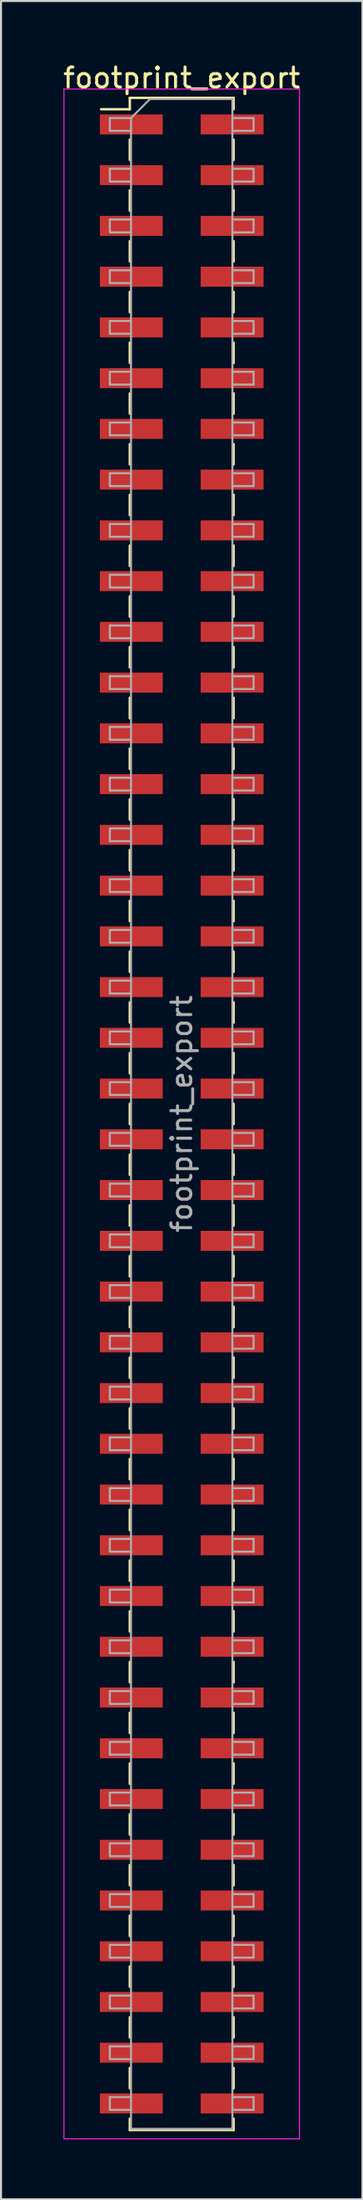
<source format=kicad_pcb>
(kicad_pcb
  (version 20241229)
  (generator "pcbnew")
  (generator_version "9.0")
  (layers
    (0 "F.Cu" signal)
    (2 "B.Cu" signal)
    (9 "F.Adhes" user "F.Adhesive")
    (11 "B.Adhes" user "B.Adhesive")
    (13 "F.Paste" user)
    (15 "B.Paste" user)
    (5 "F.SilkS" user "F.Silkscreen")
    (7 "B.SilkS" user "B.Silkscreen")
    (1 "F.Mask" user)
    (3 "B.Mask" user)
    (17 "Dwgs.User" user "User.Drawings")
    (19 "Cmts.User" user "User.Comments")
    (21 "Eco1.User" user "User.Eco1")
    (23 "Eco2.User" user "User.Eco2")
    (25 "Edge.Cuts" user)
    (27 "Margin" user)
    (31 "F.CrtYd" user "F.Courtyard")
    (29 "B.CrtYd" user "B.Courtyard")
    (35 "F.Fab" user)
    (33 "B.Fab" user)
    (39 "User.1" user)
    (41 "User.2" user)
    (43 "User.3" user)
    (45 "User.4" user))
  (footprint "footprint_export"
    (layer "F.Cu")
    (at 6.054 52.708)
    (property "Reference" "footprint_export" (at 0 -51.86 0) (layer "F.SilkS") (effects (font (size 1 1) (thickness 0.15))))
    (attr smd)
    (fp_line (start -4.04 -50.29) (end -2.6 -50.29) (stroke (width 0.12) (type solid)) (layer "F.SilkS"))
    (fp_line (start -2.6 -50.86) (end -2.6 -50.29) (stroke (width 0.12) (type solid)) (layer "F.SilkS"))
    (fp_line (start -2.6 -50.86) (end 2.6 -50.86) (stroke (width 0.12) (type solid)) (layer "F.SilkS"))
    (fp_line (start -2.6 -48.77) (end -2.6 -47.75) (stroke (width 0.12) (type solid)) (layer "F.SilkS"))
    (fp_line (start -2.6 -46.23) (end -2.6 -45.21) (stroke (width 0.12) (type solid)) (layer "F.SilkS"))
    (fp_line (start -2.6 -43.69) (end -2.6 -42.67) (stroke (width 0.12) (type solid)) (layer "F.SilkS"))
    (fp_line (start -2.6 -41.15) (end -2.6 -40.13) (stroke (width 0.12) (type solid)) (layer "F.SilkS"))
    (fp_line (start -2.6 -38.61) (end -2.6 -37.59) (stroke (width 0.12) (type solid)) (layer "F.SilkS"))
    (fp_line (start -2.6 -36.07) (end -2.6 -35.05) (stroke (width 0.12) (type solid)) (layer "F.SilkS"))
    (fp_line (start -2.6 -33.53) (end -2.6 -32.51) (stroke (width 0.12) (type solid)) (layer "F.SilkS"))
    (fp_line (start -2.6 -30.99) (end -2.6 -29.97) (stroke (width 0.12) (type solid)) (layer "F.SilkS"))
    (fp_line (start -2.6 -28.45) (end -2.6 -27.43) (stroke (width 0.12) (type solid)) (layer "F.SilkS"))
    (fp_line (start -2.6 -25.91) (end -2.6 -24.89) (stroke (width 0.12) (type solid)) (layer "F.SilkS"))
    (fp_line (start -2.6 -23.37) (end -2.6 -22.35) (stroke (width 0.12) (type solid)) (layer "F.SilkS"))
    (fp_line (start -2.6 -20.83) (end -2.6 -19.81) (stroke (width 0.12) (type solid)) (layer "F.SilkS"))
    (fp_line (start -2.6 -18.29) (end -2.6 -17.27) (stroke (width 0.12) (type solid)) (layer "F.SilkS"))
    (fp_line (start -2.6 -15.75) (end -2.6 -14.73) (stroke (width 0.12) (type solid)) (layer "F.SilkS"))
    (fp_line (start -2.6 -13.21) (end -2.6 -12.19) (stroke (width 0.12) (type solid)) (layer "F.SilkS"))
    (fp_line (start -2.6 -10.67) (end -2.6 -9.65) (stroke (width 0.12) (type solid)) (layer "F.SilkS"))
    (fp_line (start -2.6 -8.13) (end -2.6 -7.11) (stroke (width 0.12) (type solid)) (layer "F.SilkS"))
    (fp_line (start -2.6 -5.59) (end -2.6 -4.57) (stroke (width 0.12) (type solid)) (layer "F.SilkS"))
    (fp_line (start -2.6 -3.05) (end -2.6 -2.03) (stroke (width 0.12) (type solid)) (layer "F.SilkS"))
    (fp_line (start -2.6 -0.51) (end -2.6 0.51) (stroke (width 0.12) (type solid)) (layer "F.SilkS"))
    (fp_line (start -2.6 2.03) (end -2.6 3.05) (stroke (width 0.12) (type solid)) (layer "F.SilkS"))
    (fp_line (start -2.6 4.57) (end -2.6 5.59) (stroke (width 0.12) (type solid)) (layer "F.SilkS"))
    (fp_line (start -2.6 7.11) (end -2.6 8.13) (stroke (width 0.12) (type solid)) (layer "F.SilkS"))
    (fp_line (start -2.6 9.65) (end -2.6 10.67) (stroke (width 0.12) (type solid)) (layer "F.SilkS"))
    (fp_line (start -2.6 12.19) (end -2.6 13.21) (stroke (width 0.12) (type solid)) (layer "F.SilkS"))
    (fp_line (start -2.6 14.73) (end -2.6 15.75) (stroke (width 0.12) (type solid)) (layer "F.SilkS"))
    (fp_line (start -2.6 17.27) (end -2.6 18.29) (stroke (width 0.12) (type solid)) (layer "F.SilkS"))
    (fp_line (start -2.6 19.81) (end -2.6 20.83) (stroke (width 0.12) (type solid)) (layer "F.SilkS"))
    (fp_line (start -2.6 22.35) (end -2.6 23.37) (stroke (width 0.12) (type solid)) (layer "F.SilkS"))
    (fp_line (start -2.6 24.89) (end -2.6 25.91) (stroke (width 0.12) (type solid)) (layer "F.SilkS"))
    (fp_line (start -2.6 27.43) (end -2.6 28.45) (stroke (width 0.12) (type solid)) (layer "F.SilkS"))
    (fp_line (start -2.6 29.97) (end -2.6 30.99) (stroke (width 0.12) (type solid)) (layer "F.SilkS"))
    (fp_line (start -2.6 32.51) (end -2.6 33.53) (stroke (width 0.12) (type solid)) (layer "F.SilkS"))
    (fp_line (start -2.6 35.05) (end -2.6 36.07) (stroke (width 0.12) (type solid)) (layer "F.SilkS"))
    (fp_line (start -2.6 37.59) (end -2.6 38.61) (stroke (width 0.12) (type solid)) (layer "F.SilkS"))
    (fp_line (start -2.6 40.13) (end -2.6 41.15) (stroke (width 0.12) (type solid)) (layer "F.SilkS"))
    (fp_line (start -2.6 42.67) (end -2.6 43.69) (stroke (width 0.12) (type solid)) (layer "F.SilkS"))
    (fp_line (start -2.6 45.21) (end -2.6 46.23) (stroke (width 0.12) (type solid)) (layer "F.SilkS"))
    (fp_line (start -2.6 47.75) (end -2.6 48.77) (stroke (width 0.12) (type solid)) (layer "F.SilkS"))
    (fp_line (start -2.6 50.29) (end -2.6 50.86) (stroke (width 0.12) (type solid)) (layer "F.SilkS"))
    (fp_line (start -2.6 50.86) (end 2.6 50.86) (stroke (width 0.12) (type solid)) (layer "F.SilkS"))
    (fp_line (start 2.6 -50.86) (end 2.6 -50.29) (stroke (width 0.12) (type solid)) (layer "F.SilkS"))
    (fp_line (start 2.6 -48.77) (end 2.6 -47.75) (stroke (width 0.12) (type solid)) (layer "F.SilkS"))
    (fp_line (start 2.6 -46.23) (end 2.6 -45.21) (stroke (width 0.12) (type solid)) (layer "F.SilkS"))
    (fp_line (start 2.6 -43.69) (end 2.6 -42.67) (stroke (width 0.12) (type solid)) (layer "F.SilkS"))
    (fp_line (start 2.6 -41.15) (end 2.6 -40.13) (stroke (width 0.12) (type solid)) (layer "F.SilkS"))
    (fp_line (start 2.6 -38.61) (end 2.6 -37.59) (stroke (width 0.12) (type solid)) (layer "F.SilkS"))
    (fp_line (start 2.6 -36.07) (end 2.6 -35.05) (stroke (width 0.12) (type solid)) (layer "F.SilkS"))
    (fp_line (start 2.6 -33.53) (end 2.6 -32.51) (stroke (width 0.12) (type solid)) (layer "F.SilkS"))
    (fp_line (start 2.6 -30.99) (end 2.6 -29.97) (stroke (width 0.12) (type solid)) (layer "F.SilkS"))
    (fp_line (start 2.6 -28.45) (end 2.6 -27.43) (stroke (width 0.12) (type solid)) (layer "F.SilkS"))
    (fp_line (start 2.6 -25.91) (end 2.6 -24.89) (stroke (width 0.12) (type solid)) (layer "F.SilkS"))
    (fp_line (start 2.6 -23.37) (end 2.6 -22.35) (stroke (width 0.12) (type solid)) (layer "F.SilkS"))
    (fp_line (start 2.6 -20.83) (end 2.6 -19.81) (stroke (width 0.12) (type solid)) (layer "F.SilkS"))
    (fp_line (start 2.6 -18.29) (end 2.6 -17.27) (stroke (width 0.12) (type solid)) (layer "F.SilkS"))
    (fp_line (start 2.6 -15.75) (end 2.6 -14.73) (stroke (width 0.12) (type solid)) (layer "F.SilkS"))
    (fp_line (start 2.6 -13.21) (end 2.6 -12.19) (stroke (width 0.12) (type solid)) (layer "F.SilkS"))
    (fp_line (start 2.6 -10.67) (end 2.6 -9.65) (stroke (width 0.12) (type solid)) (layer "F.SilkS"))
    (fp_line (start 2.6 -8.13) (end 2.6 -7.11) (stroke (width 0.12) (type solid)) (layer "F.SilkS"))
    (fp_line (start 2.6 -5.59) (end 2.6 -4.57) (stroke (width 0.12) (type solid)) (layer "F.SilkS"))
    (fp_line (start 2.6 -3.05) (end 2.6 -2.03) (stroke (width 0.12) (type solid)) (layer "F.SilkS"))
    (fp_line (start 2.6 -0.51) (end 2.6 0.51) (stroke (width 0.12) (type solid)) (layer "F.SilkS"))
    (fp_line (start 2.6 2.03) (end 2.6 3.05) (stroke (width 0.12) (type solid)) (layer "F.SilkS"))
    (fp_line (start 2.6 4.57) (end 2.6 5.59) (stroke (width 0.12) (type solid)) (layer "F.SilkS"))
    (fp_line (start 2.6 7.11) (end 2.6 8.13) (stroke (width 0.12) (type solid)) (layer "F.SilkS"))
    (fp_line (start 2.6 9.65) (end 2.6 10.67) (stroke (width 0.12) (type solid)) (layer "F.SilkS"))
    (fp_line (start 2.6 12.19) (end 2.6 13.21) (stroke (width 0.12) (type solid)) (layer "F.SilkS"))
    (fp_line (start 2.6 14.73) (end 2.6 15.75) (stroke (width 0.12) (type solid)) (layer "F.SilkS"))
    (fp_line (start 2.6 17.27) (end 2.6 18.29) (stroke (width 0.12) (type solid)) (layer "F.SilkS"))
    (fp_line (start 2.6 19.81) (end 2.6 20.83) (stroke (width 0.12) (type solid)) (layer "F.SilkS"))
    (fp_line (start 2.6 22.35) (end 2.6 23.37) (stroke (width 0.12) (type solid)) (layer "F.SilkS"))
    (fp_line (start 2.6 24.89) (end 2.6 25.91) (stroke (width 0.12) (type solid)) (layer "F.SilkS"))
    (fp_line (start 2.6 27.43) (end 2.6 28.45) (stroke (width 0.12) (type solid)) (layer "F.SilkS"))
    (fp_line (start 2.6 29.97) (end 2.6 30.99) (stroke (width 0.12) (type solid)) (layer "F.SilkS"))
    (fp_line (start 2.6 32.51) (end 2.6 33.53) (stroke (width 0.12) (type solid)) (layer "F.SilkS"))
    (fp_line (start 2.6 35.05) (end 2.6 36.07) (stroke (width 0.12) (type solid)) (layer "F.SilkS"))
    (fp_line (start 2.6 37.59) (end 2.6 38.61) (stroke (width 0.12) (type solid)) (layer "F.SilkS"))
    (fp_line (start 2.6 40.13) (end 2.6 41.15) (stroke (width 0.12) (type solid)) (layer "F.SilkS"))
    (fp_line (start 2.6 42.67) (end 2.6 43.69) (stroke (width 0.12) (type solid)) (layer "F.SilkS"))
    (fp_line (start 2.6 45.21) (end 2.6 46.23) (stroke (width 0.12) (type solid)) (layer "F.SilkS"))
    (fp_line (start 2.6 47.75) (end 2.6 48.77) (stroke (width 0.12) (type solid)) (layer "F.SilkS"))
    (fp_line (start 2.6 50.29) (end 2.6 50.86) (stroke (width 0.12) (type solid)) (layer "F.SilkS"))
    (fp_line (start -5.9 -51.3) (end -5.9 51.3) (stroke (width 0.05) (type solid)) (layer "F.CrtYd"))
    (fp_line (start -5.9 51.3) (end 5.9 51.3) (stroke (width 0.05) (type solid)) (layer "F.CrtYd"))
    (fp_line (start 5.9 -51.3) (end -5.9 -51.3) (stroke (width 0.05) (type solid)) (layer "F.CrtYd"))
    (fp_line (start 5.9 51.3) (end 5.9 -51.3) (stroke (width 0.05) (type solid)) (layer "F.CrtYd"))
    (fp_line (start -3.6 -49.85) (end -3.6 -49.21) (stroke (width 0.1) (type solid)) (layer "F.Fab"))
    (fp_line (start -3.6 -49.21) (end -2.54 -49.21) (stroke (width 0.1) (type solid)) (layer "F.Fab"))
    (fp_line (start -3.6 -47.31) (end -3.6 -46.67) (stroke (width 0.1) (type solid)) (layer "F.Fab"))
    (fp_line (start -3.6 -46.67) (end -2.54 -46.67) (stroke (width 0.1) (type solid)) (layer "F.Fab"))
    (fp_line (start -3.6 -44.77) (end -3.6 -44.13) (stroke (width 0.1) (type solid)) (layer "F.Fab"))
    (fp_line (start -3.6 -44.13) (end -2.54 -44.13) (stroke (width 0.1) (type solid)) (layer "F.Fab"))
    (fp_line (start -3.6 -42.23) (end -3.6 -41.59) (stroke (width 0.1) (type solid)) (layer "F.Fab"))
    (fp_line (start -3.6 -41.59) (end -2.54 -41.59) (stroke (width 0.1) (type solid)) (layer "F.Fab"))
    (fp_line (start -3.6 -39.69) (end -3.6 -39.05) (stroke (width 0.1) (type solid)) (layer "F.Fab"))
    (fp_line (start -3.6 -39.05) (end -2.54 -39.05) (stroke (width 0.1) (type solid)) (layer "F.Fab"))
    (fp_line (start -3.6 -37.15) (end -3.6 -36.51) (stroke (width 0.1) (type solid)) (layer "F.Fab"))
    (fp_line (start -3.6 -36.51) (end -2.54 -36.51) (stroke (width 0.1) (type solid)) (layer "F.Fab"))
    (fp_line (start -3.6 -34.61) (end -3.6 -33.97) (stroke (width 0.1) (type solid)) (layer "F.Fab"))
    (fp_line (start -3.6 -33.97) (end -2.54 -33.97) (stroke (width 0.1) (type solid)) (layer "F.Fab"))
    (fp_line (start -3.6 -32.07) (end -3.6 -31.43) (stroke (width 0.1) (type solid)) (layer "F.Fab"))
    (fp_line (start -3.6 -31.43) (end -2.54 -31.43) (stroke (width 0.1) (type solid)) (layer "F.Fab"))
    (fp_line (start -3.6 -29.53) (end -3.6 -28.89) (stroke (width 0.1) (type solid)) (layer "F.Fab"))
    (fp_line (start -3.6 -28.89) (end -2.54 -28.89) (stroke (width 0.1) (type solid)) (layer "F.Fab"))
    (fp_line (start -3.6 -26.99) (end -3.6 -26.35) (stroke (width 0.1) (type solid)) (layer "F.Fab"))
    (fp_line (start -3.6 -26.35) (end -2.54 -26.35) (stroke (width 0.1) (type solid)) (layer "F.Fab"))
    (fp_line (start -3.6 -24.45) (end -3.6 -23.81) (stroke (width 0.1) (type solid)) (layer "F.Fab"))
    (fp_line (start -3.6 -23.81) (end -2.54 -23.81) (stroke (width 0.1) (type solid)) (layer "F.Fab"))
    (fp_line (start -3.6 -21.91) (end -3.6 -21.27) (stroke (width 0.1) (type solid)) (layer "F.Fab"))
    (fp_line (start -3.6 -21.27) (end -2.54 -21.27) (stroke (width 0.1) (type solid)) (layer "F.Fab"))
    (fp_line (start -3.6 -19.37) (end -3.6 -18.73) (stroke (width 0.1) (type solid)) (layer "F.Fab"))
    (fp_line (start -3.6 -18.73) (end -2.54 -18.73) (stroke (width 0.1) (type solid)) (layer "F.Fab"))
    (fp_line (start -3.6 -16.83) (end -3.6 -16.19) (stroke (width 0.1) (type solid)) (layer "F.Fab"))
    (fp_line (start -3.6 -16.19) (end -2.54 -16.19) (stroke (width 0.1) (type solid)) (layer "F.Fab"))
    (fp_line (start -3.6 -14.29) (end -3.6 -13.65) (stroke (width 0.1) (type solid)) (layer "F.Fab"))
    (fp_line (start -3.6 -13.65) (end -2.54 -13.65) (stroke (width 0.1) (type solid)) (layer "F.Fab"))
    (fp_line (start -3.6 -11.75) (end -3.6 -11.11) (stroke (width 0.1) (type solid)) (layer "F.Fab"))
    (fp_line (start -3.6 -11.11) (end -2.54 -11.11) (stroke (width 0.1) (type solid)) (layer "F.Fab"))
    (fp_line (start -3.6 -9.21) (end -3.6 -8.57) (stroke (width 0.1) (type solid)) (layer "F.Fab"))
    (fp_line (start -3.6 -8.57) (end -2.54 -8.57) (stroke (width 0.1) (type solid)) (layer "F.Fab"))
    (fp_line (start -3.6 -6.67) (end -3.6 -6.03) (stroke (width 0.1) (type solid)) (layer "F.Fab"))
    (fp_line (start -3.6 -6.03) (end -2.54 -6.03) (stroke (width 0.1) (type solid)) (layer "F.Fab"))
    (fp_line (start -3.6 -4.13) (end -3.6 -3.49) (stroke (width 0.1) (type solid)) (layer "F.Fab"))
    (fp_line (start -3.6 -3.49) (end -2.54 -3.49) (stroke (width 0.1) (type solid)) (layer "F.Fab"))
    (fp_line (start -3.6 -1.59) (end -3.6 -0.95) (stroke (width 0.1) (type solid)) (layer "F.Fab"))
    (fp_line (start -3.6 -0.95) (end -2.54 -0.95) (stroke (width 0.1) (type solid)) (layer "F.Fab"))
    (fp_line (start -3.6 0.95) (end -3.6 1.59) (stroke (width 0.1) (type solid)) (layer "F.Fab"))
    (fp_line (start -3.6 1.59) (end -2.54 1.59) (stroke (width 0.1) (type solid)) (layer "F.Fab"))
    (fp_line (start -3.6 3.49) (end -3.6 4.13) (stroke (width 0.1) (type solid)) (layer "F.Fab"))
    (fp_line (start -3.6 4.13) (end -2.54 4.13) (stroke (width 0.1) (type solid)) (layer "F.Fab"))
    (fp_line (start -3.6 6.03) (end -3.6 6.67) (stroke (width 0.1) (type solid)) (layer "F.Fab"))
    (fp_line (start -3.6 6.67) (end -2.54 6.67) (stroke (width 0.1) (type solid)) (layer "F.Fab"))
    (fp_line (start -3.6 8.57) (end -3.6 9.21) (stroke (width 0.1) (type solid)) (layer "F.Fab"))
    (fp_line (start -3.6 9.21) (end -2.54 9.21) (stroke (width 0.1) (type solid)) (layer "F.Fab"))
    (fp_line (start -3.6 11.11) (end -3.6 11.75) (stroke (width 0.1) (type solid)) (layer "F.Fab"))
    (fp_line (start -3.6 11.75) (end -2.54 11.75) (stroke (width 0.1) (type solid)) (layer "F.Fab"))
    (fp_line (start -3.6 13.65) (end -3.6 14.29) (stroke (width 0.1) (type solid)) (layer "F.Fab"))
    (fp_line (start -3.6 14.29) (end -2.54 14.29) (stroke (width 0.1) (type solid)) (layer "F.Fab"))
    (fp_line (start -3.6 16.19) (end -3.6 16.83) (stroke (width 0.1) (type solid)) (layer "F.Fab"))
    (fp_line (start -3.6 16.83) (end -2.54 16.83) (stroke (width 0.1) (type solid)) (layer "F.Fab"))
    (fp_line (start -3.6 18.73) (end -3.6 19.37) (stroke (width 0.1) (type solid)) (layer "F.Fab"))
    (fp_line (start -3.6 19.37) (end -2.54 19.37) (stroke (width 0.1) (type solid)) (layer "F.Fab"))
    (fp_line (start -3.6 21.27) (end -3.6 21.91) (stroke (width 0.1) (type solid)) (layer "F.Fab"))
    (fp_line (start -3.6 21.91) (end -2.54 21.91) (stroke (width 0.1) (type solid)) (layer "F.Fab"))
    (fp_line (start -3.6 23.81) (end -3.6 24.45) (stroke (width 0.1) (type solid)) (layer "F.Fab"))
    (fp_line (start -3.6 24.45) (end -2.54 24.45) (stroke (width 0.1) (type solid)) (layer "F.Fab"))
    (fp_line (start -3.6 26.35) (end -3.6 26.99) (stroke (width 0.1) (type solid)) (layer "F.Fab"))
    (fp_line (start -3.6 26.99) (end -2.54 26.99) (stroke (width 0.1) (type solid)) (layer "F.Fab"))
    (fp_line (start -3.6 28.89) (end -3.6 29.53) (stroke (width 0.1) (type solid)) (layer "F.Fab"))
    (fp_line (start -3.6 29.53) (end -2.54 29.53) (stroke (width 0.1) (type solid)) (layer "F.Fab"))
    (fp_line (start -3.6 31.43) (end -3.6 32.07) (stroke (width 0.1) (type solid)) (layer "F.Fab"))
    (fp_line (start -3.6 32.07) (end -2.54 32.07) (stroke (width 0.1) (type solid)) (layer "F.Fab"))
    (fp_line (start -3.6 33.97) (end -3.6 34.61) (stroke (width 0.1) (type solid)) (layer "F.Fab"))
    (fp_line (start -3.6 34.61) (end -2.54 34.61) (stroke (width 0.1) (type solid)) (layer "F.Fab"))
    (fp_line (start -3.6 36.51) (end -3.6 37.15) (stroke (width 0.1) (type solid)) (layer "F.Fab"))
    (fp_line (start -3.6 37.15) (end -2.54 37.15) (stroke (width 0.1) (type solid)) (layer "F.Fab"))
    (fp_line (start -3.6 39.05) (end -3.6 39.69) (stroke (width 0.1) (type solid)) (layer "F.Fab"))
    (fp_line (start -3.6 39.69) (end -2.54 39.69) (stroke (width 0.1) (type solid)) (layer "F.Fab"))
    (fp_line (start -3.6 41.59) (end -3.6 42.23) (stroke (width 0.1) (type solid)) (layer "F.Fab"))
    (fp_line (start -3.6 42.23) (end -2.54 42.23) (stroke (width 0.1) (type solid)) (layer "F.Fab"))
    (fp_line (start -3.6 44.13) (end -3.6 44.77) (stroke (width 0.1) (type solid)) (layer "F.Fab"))
    (fp_line (start -3.6 44.77) (end -2.54 44.77) (stroke (width 0.1) (type solid)) (layer "F.Fab"))
    (fp_line (start -3.6 46.67) (end -3.6 47.31) (stroke (width 0.1) (type solid)) (layer "F.Fab"))
    (fp_line (start -3.6 47.31) (end -2.54 47.31) (stroke (width 0.1) (type solid)) (layer "F.Fab"))
    (fp_line (start -3.6 49.21) (end -3.6 49.85) (stroke (width 0.1) (type solid)) (layer "F.Fab"))
    (fp_line (start -3.6 49.85) (end -2.54 49.85) (stroke (width 0.1) (type solid)) (layer "F.Fab"))
    (fp_line (start -2.54 -49.85) (end -3.6 -49.85) (stroke (width 0.1) (type solid)) (layer "F.Fab"))
    (fp_line (start -2.54 -49.85) (end -1.59 -50.8) (stroke (width 0.1) (type solid)) (layer "F.Fab"))
    (fp_line (start -2.54 -47.31) (end -3.6 -47.31) (stroke (width 0.1) (type solid)) (layer "F.Fab"))
    (fp_line (start -2.54 -44.77) (end -3.6 -44.77) (stroke (width 0.1) (type solid)) (layer "F.Fab"))
    (fp_line (start -2.54 -42.23) (end -3.6 -42.23) (stroke (width 0.1) (type solid)) (layer "F.Fab"))
    (fp_line (start -2.54 -39.69) (end -3.6 -39.69) (stroke (width 0.1) (type solid)) (layer "F.Fab"))
    (fp_line (start -2.54 -37.15) (end -3.6 -37.15) (stroke (width 0.1) (type solid)) (layer "F.Fab"))
    (fp_line (start -2.54 -34.61) (end -3.6 -34.61) (stroke (width 0.1) (type solid)) (layer "F.Fab"))
    (fp_line (start -2.54 -32.07) (end -3.6 -32.07) (stroke (width 0.1) (type solid)) (layer "F.Fab"))
    (fp_line (start -2.54 -29.53) (end -3.6 -29.53) (stroke (width 0.1) (type solid)) (layer "F.Fab"))
    (fp_line (start -2.54 -26.99) (end -3.6 -26.99) (stroke (width 0.1) (type solid)) (layer "F.Fab"))
    (fp_line (start -2.54 -24.45) (end -3.6 -24.45) (stroke (width 0.1) (type solid)) (layer "F.Fab"))
    (fp_line (start -2.54 -21.91) (end -3.6 -21.91) (stroke (width 0.1) (type solid)) (layer "F.Fab"))
    (fp_line (start -2.54 -19.37) (end -3.6 -19.37) (stroke (width 0.1) (type solid)) (layer "F.Fab"))
    (fp_line (start -2.54 -16.83) (end -3.6 -16.83) (stroke (width 0.1) (type solid)) (layer "F.Fab"))
    (fp_line (start -2.54 -14.29) (end -3.6 -14.29) (stroke (width 0.1) (type solid)) (layer "F.Fab"))
    (fp_line (start -2.54 -11.75) (end -3.6 -11.75) (stroke (width 0.1) (type solid)) (layer "F.Fab"))
    (fp_line (start -2.54 -9.21) (end -3.6 -9.21) (stroke (width 0.1) (type solid)) (layer "F.Fab"))
    (fp_line (start -2.54 -6.67) (end -3.6 -6.67) (stroke (width 0.1) (type solid)) (layer "F.Fab"))
    (fp_line (start -2.54 -4.13) (end -3.6 -4.13) (stroke (width 0.1) (type solid)) (layer "F.Fab"))
    (fp_line (start -2.54 -1.59) (end -3.6 -1.59) (stroke (width 0.1) (type solid)) (layer "F.Fab"))
    (fp_line (start -2.54 0.95) (end -3.6 0.95) (stroke (width 0.1) (type solid)) (layer "F.Fab"))
    (fp_line (start -2.54 3.49) (end -3.6 3.49) (stroke (width 0.1) (type solid)) (layer "F.Fab"))
    (fp_line (start -2.54 6.03) (end -3.6 6.03) (stroke (width 0.1) (type solid)) (layer "F.Fab"))
    (fp_line (start -2.54 8.57) (end -3.6 8.57) (stroke (width 0.1) (type solid)) (layer "F.Fab"))
    (fp_line (start -2.54 11.11) (end -3.6 11.11) (stroke (width 0.1) (type solid)) (layer "F.Fab"))
    (fp_line (start -2.54 13.65) (end -3.6 13.65) (stroke (width 0.1) (type solid)) (layer "F.Fab"))
    (fp_line (start -2.54 16.19) (end -3.6 16.19) (stroke (width 0.1) (type solid)) (layer "F.Fab"))
    (fp_line (start -2.54 18.73) (end -3.6 18.73) (stroke (width 0.1) (type solid)) (layer "F.Fab"))
    (fp_line (start -2.54 21.27) (end -3.6 21.27) (stroke (width 0.1) (type solid)) (layer "F.Fab"))
    (fp_line (start -2.54 23.81) (end -3.6 23.81) (stroke (width 0.1) (type solid)) (layer "F.Fab"))
    (fp_line (start -2.54 26.35) (end -3.6 26.35) (stroke (width 0.1) (type solid)) (layer "F.Fab"))
    (fp_line (start -2.54 28.89) (end -3.6 28.89) (stroke (width 0.1) (type solid)) (layer "F.Fab"))
    (fp_line (start -2.54 31.43) (end -3.6 31.43) (stroke (width 0.1) (type solid)) (layer "F.Fab"))
    (fp_line (start -2.54 33.97) (end -3.6 33.97) (stroke (width 0.1) (type solid)) (layer "F.Fab"))
    (fp_line (start -2.54 36.51) (end -3.6 36.51) (stroke (width 0.1) (type solid)) (layer "F.Fab"))
    (fp_line (start -2.54 39.05) (end -3.6 39.05) (stroke (width 0.1) (type solid)) (layer "F.Fab"))
    (fp_line (start -2.54 41.59) (end -3.6 41.59) (stroke (width 0.1) (type solid)) (layer "F.Fab"))
    (fp_line (start -2.54 44.13) (end -3.6 44.13) (stroke (width 0.1) (type solid)) (layer "F.Fab"))
    (fp_line (start -2.54 46.67) (end -3.6 46.67) (stroke (width 0.1) (type solid)) (layer "F.Fab"))
    (fp_line (start -2.54 49.21) (end -3.6 49.21) (stroke (width 0.1) (type solid)) (layer "F.Fab"))
    (fp_line (start -2.54 50.8) (end -2.54 -49.85) (stroke (width 0.1) (type solid)) (layer "F.Fab"))
    (fp_line (start -1.59 -50.8) (end 2.54 -50.8) (stroke (width 0.1) (type solid)) (layer "F.Fab"))
    (fp_line (start 2.54 -50.8) (end 2.54 50.8) (stroke (width 0.1) (type solid)) (layer "F.Fab"))
    (fp_line (start 2.54 -49.85) (end 3.6 -49.85) (stroke (width 0.1) (type solid)) (layer "F.Fab"))
    (fp_line (start 2.54 -47.31) (end 3.6 -47.31) (stroke (width 0.1) (type solid)) (layer "F.Fab"))
    (fp_line (start 2.54 -44.77) (end 3.6 -44.77) (stroke (width 0.1) (type solid)) (layer "F.Fab"))
    (fp_line (start 2.54 -42.23) (end 3.6 -42.23) (stroke (width 0.1) (type solid)) (layer "F.Fab"))
    (fp_line (start 2.54 -39.69) (end 3.6 -39.69) (stroke (width 0.1) (type solid)) (layer "F.Fab"))
    (fp_line (start 2.54 -37.15) (end 3.6 -37.15) (stroke (width 0.1) (type solid)) (layer "F.Fab"))
    (fp_line (start 2.54 -34.61) (end 3.6 -34.61) (stroke (width 0.1) (type solid)) (layer "F.Fab"))
    (fp_line (start 2.54 -32.07) (end 3.6 -32.07) (stroke (width 0.1) (type solid)) (layer "F.Fab"))
    (fp_line (start 2.54 -29.53) (end 3.6 -29.53) (stroke (width 0.1) (type solid)) (layer "F.Fab"))
    (fp_line (start 2.54 -26.99) (end 3.6 -26.99) (stroke (width 0.1) (type solid)) (layer "F.Fab"))
    (fp_line (start 2.54 -24.45) (end 3.6 -24.45) (stroke (width 0.1) (type solid)) (layer "F.Fab"))
    (fp_line (start 2.54 -21.91) (end 3.6 -21.91) (stroke (width 0.1) (type solid)) (layer "F.Fab"))
    (fp_line (start 2.54 -19.37) (end 3.6 -19.37) (stroke (width 0.1) (type solid)) (layer "F.Fab"))
    (fp_line (start 2.54 -16.83) (end 3.6 -16.83) (stroke (width 0.1) (type solid)) (layer "F.Fab"))
    (fp_line (start 2.54 -14.29) (end 3.6 -14.29) (stroke (width 0.1) (type solid)) (layer "F.Fab"))
    (fp_line (start 2.54 -11.75) (end 3.6 -11.75) (stroke (width 0.1) (type solid)) (layer "F.Fab"))
    (fp_line (start 2.54 -9.21) (end 3.6 -9.21) (stroke (width 0.1) (type solid)) (layer "F.Fab"))
    (fp_line (start 2.54 -6.67) (end 3.6 -6.67) (stroke (width 0.1) (type solid)) (layer "F.Fab"))
    (fp_line (start 2.54 -4.13) (end 3.6 -4.13) (stroke (width 0.1) (type solid)) (layer "F.Fab"))
    (fp_line (start 2.54 -1.59) (end 3.6 -1.59) (stroke (width 0.1) (type solid)) (layer "F.Fab"))
    (fp_line (start 2.54 0.95) (end 3.6 0.95) (stroke (width 0.1) (type solid)) (layer "F.Fab"))
    (fp_line (start 2.54 3.49) (end 3.6 3.49) (stroke (width 0.1) (type solid)) (layer "F.Fab"))
    (fp_line (start 2.54 6.03) (end 3.6 6.03) (stroke (width 0.1) (type solid)) (layer "F.Fab"))
    (fp_line (start 2.54 8.57) (end 3.6 8.57) (stroke (width 0.1) (type solid)) (layer "F.Fab"))
    (fp_line (start 2.54 11.11) (end 3.6 11.11) (stroke (width 0.1) (type solid)) (layer "F.Fab"))
    (fp_line (start 2.54 13.65) (end 3.6 13.65) (stroke (width 0.1) (type solid)) (layer "F.Fab"))
    (fp_line (start 2.54 16.19) (end 3.6 16.19) (stroke (width 0.1) (type solid)) (layer "F.Fab"))
    (fp_line (start 2.54 18.73) (end 3.6 18.73) (stroke (width 0.1) (type solid)) (layer "F.Fab"))
    (fp_line (start 2.54 21.27) (end 3.6 21.27) (stroke (width 0.1) (type solid)) (layer "F.Fab"))
    (fp_line (start 2.54 23.81) (end 3.6 23.81) (stroke (width 0.1) (type solid)) (layer "F.Fab"))
    (fp_line (start 2.54 26.35) (end 3.6 26.35) (stroke (width 0.1) (type solid)) (layer "F.Fab"))
    (fp_line (start 2.54 28.89) (end 3.6 28.89) (stroke (width 0.1) (type solid)) (layer "F.Fab"))
    (fp_line (start 2.54 31.43) (end 3.6 31.43) (stroke (width 0.1) (type solid)) (layer "F.Fab"))
    (fp_line (start 2.54 33.97) (end 3.6 33.97) (stroke (width 0.1) (type solid)) (layer "F.Fab"))
    (fp_line (start 2.54 36.51) (end 3.6 36.51) (stroke (width 0.1) (type solid)) (layer "F.Fab"))
    (fp_line (start 2.54 39.05) (end 3.6 39.05) (stroke (width 0.1) (type solid)) (layer "F.Fab"))
    (fp_line (start 2.54 41.59) (end 3.6 41.59) (stroke (width 0.1) (type solid)) (layer "F.Fab"))
    (fp_line (start 2.54 44.13) (end 3.6 44.13) (stroke (width 0.1) (type solid)) (layer "F.Fab"))
    (fp_line (start 2.54 46.67) (end 3.6 46.67) (stroke (width 0.1) (type solid)) (layer "F.Fab"))
    (fp_line (start 2.54 49.21) (end 3.6 49.21) (stroke (width 0.1) (type solid)) (layer "F.Fab"))
    (fp_line (start 2.54 50.8) (end -2.54 50.8) (stroke (width 0.1) (type solid)) (layer "F.Fab"))
    (fp_line (start 3.6 -49.85) (end 3.6 -49.21) (stroke (width 0.1) (type solid)) (layer "F.Fab"))
    (fp_line (start 3.6 -49.21) (end 2.54 -49.21) (stroke (width 0.1) (type solid)) (layer "F.Fab"))
    (fp_line (start 3.6 -47.31) (end 3.6 -46.67) (stroke (width 0.1) (type solid)) (layer "F.Fab"))
    (fp_line (start 3.6 -46.67) (end 2.54 -46.67) (stroke (width 0.1) (type solid)) (layer "F.Fab"))
    (fp_line (start 3.6 -44.77) (end 3.6 -44.13) (stroke (width 0.1) (type solid)) (layer "F.Fab"))
    (fp_line (start 3.6 -44.13) (end 2.54 -44.13) (stroke (width 0.1) (type solid)) (layer "F.Fab"))
    (fp_line (start 3.6 -42.23) (end 3.6 -41.59) (stroke (width 0.1) (type solid)) (layer "F.Fab"))
    (fp_line (start 3.6 -41.59) (end 2.54 -41.59) (stroke (width 0.1) (type solid)) (layer "F.Fab"))
    (fp_line (start 3.6 -39.69) (end 3.6 -39.05) (stroke (width 0.1) (type solid)) (layer "F.Fab"))
    (fp_line (start 3.6 -39.05) (end 2.54 -39.05) (stroke (width 0.1) (type solid)) (layer "F.Fab"))
    (fp_line (start 3.6 -37.15) (end 3.6 -36.51) (stroke (width 0.1) (type solid)) (layer "F.Fab"))
    (fp_line (start 3.6 -36.51) (end 2.54 -36.51) (stroke (width 0.1) (type solid)) (layer "F.Fab"))
    (fp_line (start 3.6 -34.61) (end 3.6 -33.97) (stroke (width 0.1) (type solid)) (layer "F.Fab"))
    (fp_line (start 3.6 -33.97) (end 2.54 -33.97) (stroke (width 0.1) (type solid)) (layer "F.Fab"))
    (fp_line (start 3.6 -32.07) (end 3.6 -31.43) (stroke (width 0.1) (type solid)) (layer "F.Fab"))
    (fp_line (start 3.6 -31.43) (end 2.54 -31.43) (stroke (width 0.1) (type solid)) (layer "F.Fab"))
    (fp_line (start 3.6 -29.53) (end 3.6 -28.89) (stroke (width 0.1) (type solid)) (layer "F.Fab"))
    (fp_line (start 3.6 -28.89) (end 2.54 -28.89) (stroke (width 0.1) (type solid)) (layer "F.Fab"))
    (fp_line (start 3.6 -26.99) (end 3.6 -26.35) (stroke (width 0.1) (type solid)) (layer "F.Fab"))
    (fp_line (start 3.6 -26.35) (end 2.54 -26.35) (stroke (width 0.1) (type solid)) (layer "F.Fab"))
    (fp_line (start 3.6 -24.45) (end 3.6 -23.81) (stroke (width 0.1) (type solid)) (layer "F.Fab"))
    (fp_line (start 3.6 -23.81) (end 2.54 -23.81) (stroke (width 0.1) (type solid)) (layer "F.Fab"))
    (fp_line (start 3.6 -21.91) (end 3.6 -21.27) (stroke (width 0.1) (type solid)) (layer "F.Fab"))
    (fp_line (start 3.6 -21.27) (end 2.54 -21.27) (stroke (width 0.1) (type solid)) (layer "F.Fab"))
    (fp_line (start 3.6 -19.37) (end 3.6 -18.73) (stroke (width 0.1) (type solid)) (layer "F.Fab"))
    (fp_line (start 3.6 -18.73) (end 2.54 -18.73) (stroke (width 0.1) (type solid)) (layer "F.Fab"))
    (fp_line (start 3.6 -16.83) (end 3.6 -16.19) (stroke (width 0.1) (type solid)) (layer "F.Fab"))
    (fp_line (start 3.6 -16.19) (end 2.54 -16.19) (stroke (width 0.1) (type solid)) (layer "F.Fab"))
    (fp_line (start 3.6 -14.29) (end 3.6 -13.65) (stroke (width 0.1) (type solid)) (layer "F.Fab"))
    (fp_line (start 3.6 -13.65) (end 2.54 -13.65) (stroke (width 0.1) (type solid)) (layer "F.Fab"))
    (fp_line (start 3.6 -11.75) (end 3.6 -11.11) (stroke (width 0.1) (type solid)) (layer "F.Fab"))
    (fp_line (start 3.6 -11.11) (end 2.54 -11.11) (stroke (width 0.1) (type solid)) (layer "F.Fab"))
    (fp_line (start 3.6 -9.21) (end 3.6 -8.57) (stroke (width 0.1) (type solid)) (layer "F.Fab"))
    (fp_line (start 3.6 -8.57) (end 2.54 -8.57) (stroke (width 0.1) (type solid)) (layer "F.Fab"))
    (fp_line (start 3.6 -6.67) (end 3.6 -6.03) (stroke (width 0.1) (type solid)) (layer "F.Fab"))
    (fp_line (start 3.6 -6.03) (end 2.54 -6.03) (stroke (width 0.1) (type solid)) (layer "F.Fab"))
    (fp_line (start 3.6 -4.13) (end 3.6 -3.49) (stroke (width 0.1) (type solid)) (layer "F.Fab"))
    (fp_line (start 3.6 -3.49) (end 2.54 -3.49) (stroke (width 0.1) (type solid)) (layer "F.Fab"))
    (fp_line (start 3.6 -1.59) (end 3.6 -0.95) (stroke (width 0.1) (type solid)) (layer "F.Fab"))
    (fp_line (start 3.6 -0.95) (end 2.54 -0.95) (stroke (width 0.1) (type solid)) (layer "F.Fab"))
    (fp_line (start 3.6 0.95) (end 3.6 1.59) (stroke (width 0.1) (type solid)) (layer "F.Fab"))
    (fp_line (start 3.6 1.59) (end 2.54 1.59) (stroke (width 0.1) (type solid)) (layer "F.Fab"))
    (fp_line (start 3.6 3.49) (end 3.6 4.13) (stroke (width 0.1) (type solid)) (layer "F.Fab"))
    (fp_line (start 3.6 4.13) (end 2.54 4.13) (stroke (width 0.1) (type solid)) (layer "F.Fab"))
    (fp_line (start 3.6 6.03) (end 3.6 6.67) (stroke (width 0.1) (type solid)) (layer "F.Fab"))
    (fp_line (start 3.6 6.67) (end 2.54 6.67) (stroke (width 0.1) (type solid)) (layer "F.Fab"))
    (fp_line (start 3.6 8.57) (end 3.6 9.21) (stroke (width 0.1) (type solid)) (layer "F.Fab"))
    (fp_line (start 3.6 9.21) (end 2.54 9.21) (stroke (width 0.1) (type solid)) (layer "F.Fab"))
    (fp_line (start 3.6 11.11) (end 3.6 11.75) (stroke (width 0.1) (type solid)) (layer "F.Fab"))
    (fp_line (start 3.6 11.75) (end 2.54 11.75) (stroke (width 0.1) (type solid)) (layer "F.Fab"))
    (fp_line (start 3.6 13.65) (end 3.6 14.29) (stroke (width 0.1) (type solid)) (layer "F.Fab"))
    (fp_line (start 3.6 14.29) (end 2.54 14.29) (stroke (width 0.1) (type solid)) (layer "F.Fab"))
    (fp_line (start 3.6 16.19) (end 3.6 16.83) (stroke (width 0.1) (type solid)) (layer "F.Fab"))
    (fp_line (start 3.6 16.83) (end 2.54 16.83) (stroke (width 0.1) (type solid)) (layer "F.Fab"))
    (fp_line (start 3.6 18.73) (end 3.6 19.37) (stroke (width 0.1) (type solid)) (layer "F.Fab"))
    (fp_line (start 3.6 19.37) (end 2.54 19.37) (stroke (width 0.1) (type solid)) (layer "F.Fab"))
    (fp_line (start 3.6 21.27) (end 3.6 21.91) (stroke (width 0.1) (type solid)) (layer "F.Fab"))
    (fp_line (start 3.6 21.91) (end 2.54 21.91) (stroke (width 0.1) (type solid)) (layer "F.Fab"))
    (fp_line (start 3.6 23.81) (end 3.6 24.45) (stroke (width 0.1) (type solid)) (layer "F.Fab"))
    (fp_line (start 3.6 24.45) (end 2.54 24.45) (stroke (width 0.1) (type solid)) (layer "F.Fab"))
    (fp_line (start 3.6 26.35) (end 3.6 26.99) (stroke (width 0.1) (type solid)) (layer "F.Fab"))
    (fp_line (start 3.6 26.99) (end 2.54 26.99) (stroke (width 0.1) (type solid)) (layer "F.Fab"))
    (fp_line (start 3.6 28.89) (end 3.6 29.53) (stroke (width 0.1) (type solid)) (layer "F.Fab"))
    (fp_line (start 3.6 29.53) (end 2.54 29.53) (stroke (width 0.1) (type solid)) (layer "F.Fab"))
    (fp_line (start 3.6 31.43) (end 3.6 32.07) (stroke (width 0.1) (type solid)) (layer "F.Fab"))
    (fp_line (start 3.6 32.07) (end 2.54 32.07) (stroke (width 0.1) (type solid)) (layer "F.Fab"))
    (fp_line (start 3.6 33.97) (end 3.6 34.61) (stroke (width 0.1) (type solid)) (layer "F.Fab"))
    (fp_line (start 3.6 34.61) (end 2.54 34.61) (stroke (width 0.1) (type solid)) (layer "F.Fab"))
    (fp_line (start 3.6 36.51) (end 3.6 37.15) (stroke (width 0.1) (type solid)) (layer "F.Fab"))
    (fp_line (start 3.6 37.15) (end 2.54 37.15) (stroke (width 0.1) (type solid)) (layer "F.Fab"))
    (fp_line (start 3.6 39.05) (end 3.6 39.69) (stroke (width 0.1) (type solid)) (layer "F.Fab"))
    (fp_line (start 3.6 39.69) (end 2.54 39.69) (stroke (width 0.1) (type solid)) (layer "F.Fab"))
    (fp_line (start 3.6 41.59) (end 3.6 42.23) (stroke (width 0.1) (type solid)) (layer "F.Fab"))
    (fp_line (start 3.6 42.23) (end 2.54 42.23) (stroke (width 0.1) (type solid)) (layer "F.Fab"))
    (fp_line (start 3.6 44.13) (end 3.6 44.77) (stroke (width 0.1) (type solid)) (layer "F.Fab"))
    (fp_line (start 3.6 44.77) (end 2.54 44.77) (stroke (width 0.1) (type solid)) (layer "F.Fab"))
    (fp_line (start 3.6 46.67) (end 3.6 47.31) (stroke (width 0.1) (type solid)) (layer "F.Fab"))
    (fp_line (start 3.6 47.31) (end 2.54 47.31) (stroke (width 0.1) (type solid)) (layer "F.Fab"))
    (fp_line (start 3.6 49.21) (end 3.6 49.85) (stroke (width 0.1) (type solid)) (layer "F.Fab"))
    (fp_line (start 3.6 49.85) (end 2.54 49.85) (stroke (width 0.1) (type solid)) (layer "F.Fab"))
    (fp_text user "${REFERENCE}" (at 0 0 90) (layer "F.Fab") (effects (font (size 1 1) (thickness 0.15))))
    (pad "1" smd rect (at -2.525 -49.53) (size 3.15 1) (layers "F.Cu" "F.Mask" "F.Paste"))
    (pad "2" smd rect (at 2.525 -49.53) (size 3.15 1) (layers "F.Cu" "F.Mask" "F.Paste"))
    (pad "3" smd rect (at -2.525 -46.99) (size 3.15 1) (layers "F.Cu" "F.Mask" "F.Paste"))
    (pad "4" smd rect (at 2.525 -46.99) (size 3.15 1) (layers "F.Cu" "F.Mask" "F.Paste"))
    (pad "5" smd rect (at -2.525 -44.45) (size 3.15 1) (layers "F.Cu" "F.Mask" "F.Paste"))
    (pad "6" smd rect (at 2.525 -44.45) (size 3.15 1) (layers "F.Cu" "F.Mask" "F.Paste"))
    (pad "7" smd rect (at -2.525 -41.91) (size 3.15 1) (layers "F.Cu" "F.Mask" "F.Paste"))
    (pad "8" smd rect (at 2.525 -41.91) (size 3.15 1) (layers "F.Cu" "F.Mask" "F.Paste"))
    (pad "9" smd rect (at -2.525 -39.37) (size 3.15 1) (layers "F.Cu" "F.Mask" "F.Paste"))
    (pad "10" smd rect (at 2.525 -39.37) (size 3.15 1) (layers "F.Cu" "F.Mask" "F.Paste"))
    (pad "11" smd rect (at -2.525 -36.83) (size 3.15 1) (layers "F.Cu" "F.Mask" "F.Paste"))
    (pad "12" smd rect (at 2.525 -36.83) (size 3.15 1) (layers "F.Cu" "F.Mask" "F.Paste"))
    (pad "13" smd rect (at -2.525 -34.29) (size 3.15 1) (layers "F.Cu" "F.Mask" "F.Paste"))
    (pad "14" smd rect (at 2.525 -34.29) (size 3.15 1) (layers "F.Cu" "F.Mask" "F.Paste"))
    (pad "15" smd rect (at -2.525 -31.75) (size 3.15 1) (layers "F.Cu" "F.Mask" "F.Paste"))
    (pad "16" smd rect (at 2.525 -31.75) (size 3.15 1) (layers "F.Cu" "F.Mask" "F.Paste"))
    (pad "17" smd rect (at -2.525 -29.21) (size 3.15 1) (layers "F.Cu" "F.Mask" "F.Paste"))
    (pad "18" smd rect (at 2.525 -29.21) (size 3.15 1) (layers "F.Cu" "F.Mask" "F.Paste"))
    (pad "19" smd rect (at -2.525 -26.67) (size 3.15 1) (layers "F.Cu" "F.Mask" "F.Paste"))
    (pad "20" smd rect (at 2.525 -26.67) (size 3.15 1) (layers "F.Cu" "F.Mask" "F.Paste"))
    (pad "21" smd rect (at -2.525 -24.13) (size 3.15 1) (layers "F.Cu" "F.Mask" "F.Paste"))
    (pad "22" smd rect (at 2.525 -24.13) (size 3.15 1) (layers "F.Cu" "F.Mask" "F.Paste"))
    (pad "23" smd rect (at -2.525 -21.59) (size 3.15 1) (layers "F.Cu" "F.Mask" "F.Paste"))
    (pad "24" smd rect (at 2.525 -21.59) (size 3.15 1) (layers "F.Cu" "F.Mask" "F.Paste"))
    (pad "25" smd rect (at -2.525 -19.05) (size 3.15 1) (layers "F.Cu" "F.Mask" "F.Paste"))
    (pad "26" smd rect (at 2.525 -19.05) (size 3.15 1) (layers "F.Cu" "F.Mask" "F.Paste"))
    (pad "27" smd rect (at -2.525 -16.51) (size 3.15 1) (layers "F.Cu" "F.Mask" "F.Paste"))
    (pad "28" smd rect (at 2.525 -16.51) (size 3.15 1) (layers "F.Cu" "F.Mask" "F.Paste"))
    (pad "29" smd rect (at -2.525 -13.97) (size 3.15 1) (layers "F.Cu" "F.Mask" "F.Paste"))
    (pad "30" smd rect (at 2.525 -13.97) (size 3.15 1) (layers "F.Cu" "F.Mask" "F.Paste"))
    (pad "31" smd rect (at -2.525 -11.43) (size 3.15 1) (layers "F.Cu" "F.Mask" "F.Paste"))
    (pad "32" smd rect (at 2.525 -11.43) (size 3.15 1) (layers "F.Cu" "F.Mask" "F.Paste"))
    (pad "33" smd rect (at -2.525 -8.89) (size 3.15 1) (layers "F.Cu" "F.Mask" "F.Paste"))
    (pad "34" smd rect (at 2.525 -8.89) (size 3.15 1) (layers "F.Cu" "F.Mask" "F.Paste"))
    (pad "35" smd rect (at -2.525 -6.35) (size 3.15 1) (layers "F.Cu" "F.Mask" "F.Paste"))
    (pad "36" smd rect (at 2.525 -6.35) (size 3.15 1) (layers "F.Cu" "F.Mask" "F.Paste"))
    (pad "37" smd rect (at -2.525 -3.81) (size 3.15 1) (layers "F.Cu" "F.Mask" "F.Paste"))
    (pad "38" smd rect (at 2.525 -3.81) (size 3.15 1) (layers "F.Cu" "F.Mask" "F.Paste"))
    (pad "39" smd rect (at -2.525 -1.27) (size 3.15 1) (layers "F.Cu" "F.Mask" "F.Paste"))
    (pad "40" smd rect (at 2.525 -1.27) (size 3.15 1) (layers "F.Cu" "F.Mask" "F.Paste"))
    (pad "41" smd rect (at -2.525 1.27) (size 3.15 1) (layers "F.Cu" "F.Mask" "F.Paste"))
    (pad "42" smd rect (at 2.525 1.27) (size 3.15 1) (layers "F.Cu" "F.Mask" "F.Paste"))
    (pad "43" smd rect (at -2.525 3.81) (size 3.15 1) (layers "F.Cu" "F.Mask" "F.Paste"))
    (pad "44" smd rect (at 2.525 3.81) (size 3.15 1) (layers "F.Cu" "F.Mask" "F.Paste"))
    (pad "45" smd rect (at -2.525 6.35) (size 3.15 1) (layers "F.Cu" "F.Mask" "F.Paste"))
    (pad "46" smd rect (at 2.525 6.35) (size 3.15 1) (layers "F.Cu" "F.Mask" "F.Paste"))
    (pad "47" smd rect (at -2.525 8.89) (size 3.15 1) (layers "F.Cu" "F.Mask" "F.Paste"))
    (pad "48" smd rect (at 2.525 8.89) (size 3.15 1) (layers "F.Cu" "F.Mask" "F.Paste"))
    (pad "49" smd rect (at -2.525 11.43) (size 3.15 1) (layers "F.Cu" "F.Mask" "F.Paste"))
    (pad "50" smd rect (at 2.525 11.43) (size 3.15 1) (layers "F.Cu" "F.Mask" "F.Paste"))
    (pad "51" smd rect (at -2.525 13.97) (size 3.15 1) (layers "F.Cu" "F.Mask" "F.Paste"))
    (pad "52" smd rect (at 2.525 13.97) (size 3.15 1) (layers "F.Cu" "F.Mask" "F.Paste"))
    (pad "53" smd rect (at -2.525 16.51) (size 3.15 1) (layers "F.Cu" "F.Mask" "F.Paste"))
    (pad "54" smd rect (at 2.525 16.51) (size 3.15 1) (layers "F.Cu" "F.Mask" "F.Paste"))
    (pad "55" smd rect (at -2.525 19.05) (size 3.15 1) (layers "F.Cu" "F.Mask" "F.Paste"))
    (pad "56" smd rect (at 2.525 19.05) (size 3.15 1) (layers "F.Cu" "F.Mask" "F.Paste"))
    (pad "57" smd rect (at -2.525 21.59) (size 3.15 1) (layers "F.Cu" "F.Mask" "F.Paste"))
    (pad "58" smd rect (at 2.525 21.59) (size 3.15 1) (layers "F.Cu" "F.Mask" "F.Paste"))
    (pad "59" smd rect (at -2.525 24.13) (size 3.15 1) (layers "F.Cu" "F.Mask" "F.Paste"))
    (pad "60" smd rect (at 2.525 24.13) (size 3.15 1) (layers "F.Cu" "F.Mask" "F.Paste"))
    (pad "61" smd rect (at -2.525 26.67) (size 3.15 1) (layers "F.Cu" "F.Mask" "F.Paste"))
    (pad "62" smd rect (at 2.525 26.67) (size 3.15 1) (layers "F.Cu" "F.Mask" "F.Paste"))
    (pad "63" smd rect (at -2.525 29.21) (size 3.15 1) (layers "F.Cu" "F.Mask" "F.Paste"))
    (pad "64" smd rect (at 2.525 29.21) (size 3.15 1) (layers "F.Cu" "F.Mask" "F.Paste"))
    (pad "65" smd rect (at -2.525 31.75) (size 3.15 1) (layers "F.Cu" "F.Mask" "F.Paste"))
    (pad "66" smd rect (at 2.525 31.75) (size 3.15 1) (layers "F.Cu" "F.Mask" "F.Paste"))
    (pad "67" smd rect (at -2.525 34.29) (size 3.15 1) (layers "F.Cu" "F.Mask" "F.Paste"))
    (pad "68" smd rect (at 2.525 34.29) (size 3.15 1) (layers "F.Cu" "F.Mask" "F.Paste"))
    (pad "69" smd rect (at -2.525 36.83) (size 3.15 1) (layers "F.Cu" "F.Mask" "F.Paste"))
    (pad "70" smd rect (at 2.525 36.83) (size 3.15 1) (layers "F.Cu" "F.Mask" "F.Paste"))
    (pad "71" smd rect (at -2.525 39.37) (size 3.15 1) (layers "F.Cu" "F.Mask" "F.Paste"))
    (pad "72" smd rect (at 2.525 39.37) (size 3.15 1) (layers "F.Cu" "F.Mask" "F.Paste"))
    (pad "73" smd rect (at -2.525 41.91) (size 3.15 1) (layers "F.Cu" "F.Mask" "F.Paste"))
    (pad "74" smd rect (at 2.525 41.91) (size 3.15 1) (layers "F.Cu" "F.Mask" "F.Paste"))
    (pad "75" smd rect (at -2.525 44.45) (size 3.15 1) (layers "F.Cu" "F.Mask" "F.Paste"))
    (pad "76" smd rect (at 2.525 44.45) (size 3.15 1) (layers "F.Cu" "F.Mask" "F.Paste"))
    (pad "77" smd rect (at -2.525 46.99) (size 3.15 1) (layers "F.Cu" "F.Mask" "F.Paste"))
    (pad "78" smd rect (at 2.525 46.99) (size 3.15 1) (layers "F.Cu" "F.Mask" "F.Paste"))
    (pad "79" smd rect (at -2.525 49.53) (size 3.15 1) (layers "F.Cu" "F.Mask" "F.Paste"))
    (pad "80" smd rect (at 2.525 49.53) (size 3.15 1) (layers "F.Cu" "F.Mask" "F.Paste")))
  (gr_rect
    (start -3 -3)
    (end 15.107 107.033)
    (stroke (width 0.1) (type default))
    (fill no)
    (layer "Edge.Cuts")))
</source>
